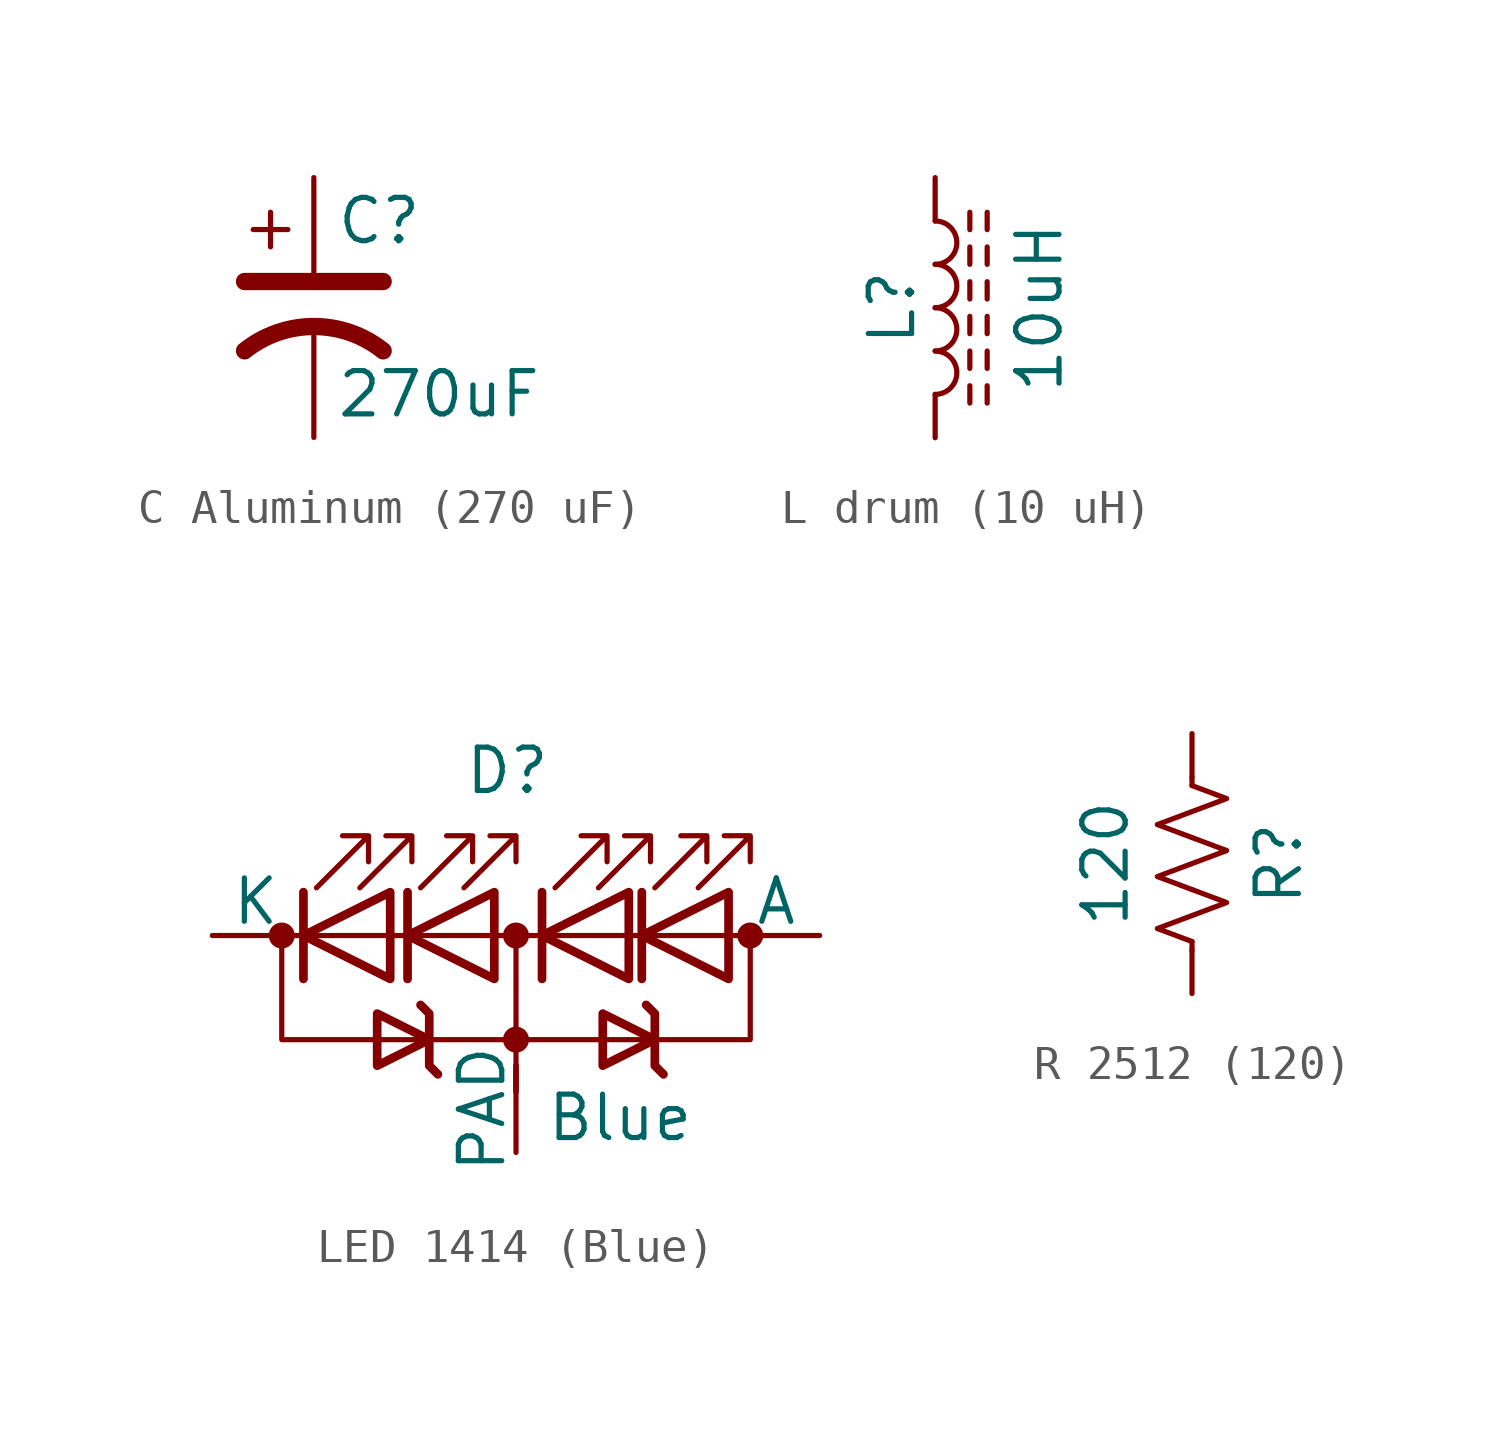
<source format=kicad_sym>
(kicad_symbol_lib
  (version 20231120)
  (generator "kicad_symbol_editor")
  (generator_version "8.0")
  (symbol "C Aluminum (270 uF)"
    (pin_numbers hide)
    (pin_names
      (offset 0.254) hide)
    (property "Reference" "C"
      (at 0.635 2.54 0)
      (effects (font (size 1.27 1.27)) (justify left)))
    (property "Value" "270uF"
      (at 0.635 -2.54 0)
      (effects (font (size 1.27 1.27)) (justify left)))
    (symbol "C Aluminum (270 uF)_0_1"
      (polyline (pts (xy -2.032 0.762) (xy 2.032 0.762)) (stroke (width 0.508) (type default)) (fill (type none)))
      (polyline (pts (xy -1.778 2.286) (xy -0.762 2.286)) (stroke (width 0) (type default)) (fill (type none)))
      (polyline (pts (xy -1.27 1.778) (xy -1.27 2.794)) (stroke (width 0) (type default)) (fill (type none)))
      (arc (start 2.032 -1.27) (mid 0 -0.5572) (end -2.032 -1.27) (stroke (width 0.508) (type default)) (fill (type none))))
    (symbol "C Aluminum (270 uF)_1_1"
      (pin passive line (at 0 3.81 270) (length 2.794) (name "~" (effects (font (size 1.27 1.27)))) (number "1" (effects (font (size 1.27 1.27)))))
      (pin passive line (at 0 -3.81 90) (length 3.302) (name "~" (effects (font (size 1.27 1.27)))) (number "2" (effects (font (size 1.27 1.27)))))))
  (symbol "L drum (10 uH)"
    (pin_numbers hide)
    (pin_names
      (offset 1.016) hide)
    (property "Reference" "L"
      (at -1.27 0 90)
      (effects (font (size 1.27 1.27))))
    (property "Value" "10uH"
      (at 3.048 0 90)
      (effects (font (size 1.27 1.27))))
    (symbol "L drum (10 uH)_0_1"
      (arc (start 0 -2.54) (mid 0.6323 -1.905) (end 0 -1.27) (stroke (width 0) (type default)) (fill (type none)))
      (arc (start 0 -1.27) (mid 0.6323 -0.635) (end 0 0) (stroke (width 0) (type default)) (fill (type none)))
      (polyline (pts (xy 1.016 -2.794) (xy 1.016 -2.286)) (stroke (width 0) (type default)) (fill (type none)))
      (polyline (pts (xy 1.016 -1.778) (xy 1.016 -1.27)) (stroke (width 0) (type default)) (fill (type none)))
      (polyline (pts (xy 1.016 -0.762) (xy 1.016 -0.254)) (stroke (width 0) (type default)) (fill (type none)))
      (polyline (pts (xy 1.016 0.254) (xy 1.016 0.762)) (stroke (width 0) (type default)) (fill (type none)))
      (polyline (pts (xy 1.016 1.27) (xy 1.016 1.778)) (stroke (width 0) (type default)) (fill (type none)))
      (polyline (pts (xy 1.016 2.286) (xy 1.016 2.794)) (stroke (width 0) (type default)) (fill (type none)))
      (polyline (pts (xy 1.524 -2.286) (xy 1.524 -2.794)) (stroke (width 0) (type default)) (fill (type none)))
      (polyline (pts (xy 1.524 -1.27) (xy 1.524 -1.778)) (stroke (width 0) (type default)) (fill (type none)))
      (polyline (pts (xy 1.524 -0.254) (xy 1.524 -0.762)) (stroke (width 0) (type default)) (fill (type none)))
      (polyline (pts (xy 1.524 0.762) (xy 1.524 0.254)) (stroke (width 0) (type default)) (fill (type none)))
      (polyline (pts (xy 1.524 1.778) (xy 1.524 1.27)) (stroke (width 0) (type default)) (fill (type none)))
      (polyline (pts (xy 1.524 2.794) (xy 1.524 2.286)) (stroke (width 0) (type default)) (fill (type none)))
      (arc (start 0 0) (mid 0.6323 0.635) (end 0 1.27) (stroke (width 0) (type default)) (fill (type none)))
      (arc (start 0 1.27) (mid 0.6323 1.905) (end 0 2.54) (stroke (width 0) (type default)) (fill (type none))))
    (symbol "L drum (10 uH)_1_1"
      (pin passive line (at 0 3.81 270) (length 1.27) (name "1" (effects (font (size 1.27 1.27)))) (number "1" (effects (font (size 1.27 1.27)))))
      (pin passive line (at 0 -3.81 90) (length 1.27) (name "2" (effects (font (size 1.27 1.27)))) (number "2" (effects (font (size 1.27 1.27)))))))
  (symbol "LED 1414 (Blue)"
    (pin_numbers hide)
    (pin_names
      (offset 0))
    (property "Reference" "D"
      (at -0.254 4.826 0)
      (effects (font (size 1.27 1.27))))
    (property "Value" "Blue"
      (at 3.048 -5.334 0)
      (effects (font (size 1.27 1.27))))
    (symbol "LED 1414 (Blue)_0_1"
      (circle (center -6.858 0) (radius 0.254) (stroke (width 0.254) (type default)) (fill (type outline)))
      (circle (center 0 -3.048) (radius 0.254) (stroke (width 0.254) (type default)) (fill (type outline)))
      (polyline (pts (xy -6.35 0) (xy 6.35 0)) (stroke (width 0) (type default)) (fill (type none)))
      (polyline (pts (xy -6.223 -1.27) (xy -6.223 1.27)) (stroke (width 0.254) (type default)) (fill (type none)))
      (polyline (pts (xy -3.175 -1.27) (xy -3.175 1.27)) (stroke (width 0.254) (type default)) (fill (type none)))
      (polyline (pts (xy 0 -3.81) (xy 0 -4.572)) (stroke (width 0) (type default)) (fill (type none)))
      (polyline (pts (xy 0 0) (xy 0 -4.572)) (stroke (width 0) (type default)) (fill (type none)))
      (polyline (pts (xy 0.762 -1.27) (xy 0.762 1.27)) (stroke (width 0.254) (type default)) (fill (type none)))
      (polyline (pts (xy 3.683 -1.27) (xy 3.683 1.27)) (stroke (width 0.254) (type default)) (fill (type none)))
      (polyline (pts (xy -6.858 0) (xy -6.858 -3.048) (xy 6.858 -3.048) (xy 6.858 0)) (stroke (width 0) (type default)) (fill (type none)))
      (polyline (pts (xy -3.683 -1.27) (xy -3.683 1.27) (xy -6.223 0) (xy -3.683 -1.27)) (stroke (width 0.254) (type default)) (fill (type none)))
      (polyline (pts (xy -2.286 -4.064) (xy -2.54 -3.81) (xy -2.54 -2.286) (xy -2.794 -2.032)) (stroke (width 0.254) (type default)) (fill (type none)))
      (polyline (pts (xy -0.635 -1.27) (xy -0.635 1.27) (xy -3.175 0) (xy -0.635 -1.27)) (stroke (width 0.254) (type default)) (fill (type none)))
      (polyline (pts (xy 3.302 -1.27) (xy 3.302 1.27) (xy 0.762 0) (xy 3.302 -1.27)) (stroke (width 0.254) (type default)) (fill (type none)))
      (polyline (pts (xy 4.318 -4.064) (xy 4.064 -3.81) (xy 4.064 -2.286) (xy 3.81 -2.032)) (stroke (width 0.254) (type default)) (fill (type none)))
      (polyline (pts (xy 6.223 -1.27) (xy 6.223 1.27) (xy 3.683 0) (xy 6.223 -1.27)) (stroke (width 0.254) (type default)) (fill (type none)))
      (polyline (pts (xy -5.842 1.397) (xy -4.318 2.921) (xy -5.08 2.921) (xy -4.318 2.921) (xy -4.318 2.159)) (stroke (width 0) (type default)) (fill (type none)))
      (polyline (pts (xy -4.572 1.397) (xy -3.048 2.921) (xy -3.81 2.921) (xy -3.048 2.921) (xy -3.048 2.159)) (stroke (width 0) (type default)) (fill (type none)))
      (polyline (pts (xy -4.064 -3.81) (xy -4.064 -2.286) (xy -2.54 -3.048) (xy -4.064 -3.81) (xy -4.064 -3.556)) (stroke (width 0.254) (type default)) (fill (type none)))
      (polyline (pts (xy -2.794 1.397) (xy -1.27 2.921) (xy -2.032 2.921) (xy -1.27 2.921) (xy -1.27 2.159)) (stroke (width 0) (type default)) (fill (type none)))
      (polyline (pts (xy -1.524 1.397) (xy 0 2.921) (xy -0.762 2.921) (xy 0 2.921) (xy 0 2.159)) (stroke (width 0) (type default)) (fill (type none)))
      (polyline (pts (xy 1.143 1.397) (xy 2.667 2.921) (xy 1.905 2.921) (xy 2.667 2.921) (xy 2.667 2.159)) (stroke (width 0) (type default)) (fill (type none)))
      (polyline (pts (xy 2.413 1.397) (xy 3.937 2.921) (xy 3.175 2.921) (xy 3.937 2.921) (xy 3.937 2.159)) (stroke (width 0) (type default)) (fill (type none)))
      (polyline (pts (xy 2.54 -3.81) (xy 2.54 -2.286) (xy 4.064 -3.048) (xy 2.54 -3.81) (xy 2.54 -3.556)) (stroke (width 0.254) (type default)) (fill (type none)))
      (polyline (pts (xy 4.064 1.397) (xy 5.588 2.921) (xy 4.826 2.921) (xy 5.588 2.921) (xy 5.588 2.159)) (stroke (width 0) (type default)) (fill (type none)))
      (polyline (pts (xy 5.334 1.397) (xy 6.858 2.921) (xy 6.096 2.921) (xy 6.858 2.921) (xy 6.858 2.159)) (stroke (width 0) (type default)) (fill (type none)))
      (circle (center 0 0) (radius 0.254) (stroke (width 0.254) (type default)) (fill (type outline)))
      (circle (center 6.858 0) (radius 0.254) (stroke (width 0.254) (type default)) (fill (type outline))))
    (symbol "LED 1414 (Blue)_1_1"
      (pin passive line (at -8.89 0 0) (length 2.54) (name "K" (effects (font (size 1.27 1.27)))) (number "1" (effects (font (size 1.27 1.27)))))
      (pin passive line (at 8.89 0 180) (length 2.54) (name "A" (effects (font (size 1.27 1.27)))) (number "2" (effects (font (size 1.27 1.27)))))
      (pin passive line (at 0 -6.35 90) (length 2.54) (name "PAD" (effects (font (size 1.27 1.27)))) (number "3" (effects (font (size 1.27 1.27)))))))
  (symbol "R 2512 (120)"
    (pin_numbers hide)
    (pin_names
      (offset 0))
    (property "Reference" "R"
      (at 2.54 0 90)
      (effects (font (size 1.27 1.27))))
    (property "Value" "120"
      (at -2.54 0 90)
      (effects (font (size 1.27 1.27))))
    (symbol "R 2512 (120)_0_1"
      (polyline (pts (xy 0 -2.286) (xy 0 -2.54)) (stroke (width 0) (type default)) (fill (type none)))
      (polyline (pts (xy 0 2.286) (xy 0 2.54)) (stroke (width 0) (type default)) (fill (type none)))
      (polyline (pts (xy 0 -0.762) (xy 1.016 -1.143) (xy 0 -1.524) (xy -1.016 -1.905) (xy 0 -2.286)) (stroke (width 0) (type default)) (fill (type none)))
      (polyline (pts (xy 0 0.762) (xy 1.016 0.381) (xy 0 0) (xy -1.016 -0.381) (xy 0 -0.762)) (stroke (width 0) (type default)) (fill (type none)))
      (polyline (pts (xy 0 2.286) (xy 1.016 1.905) (xy 0 1.524) (xy -1.016 1.143) (xy 0 0.762)) (stroke (width 0) (type default)) (fill (type none))))
    (symbol "R 2512 (120)_1_1"
      (pin passive line (at 0 3.81 270) (length 1.27) (name "~" (effects (font (size 1.27 1.27)))) (number "1" (effects (font (size 1.27 1.27)))))
      (pin passive line (at 0 -3.81 90) (length 1.27) (name "~" (effects (font (size 1.27 1.27)))) (number "2" (effects (font (size 1.27 1.27))))))))
</source>
